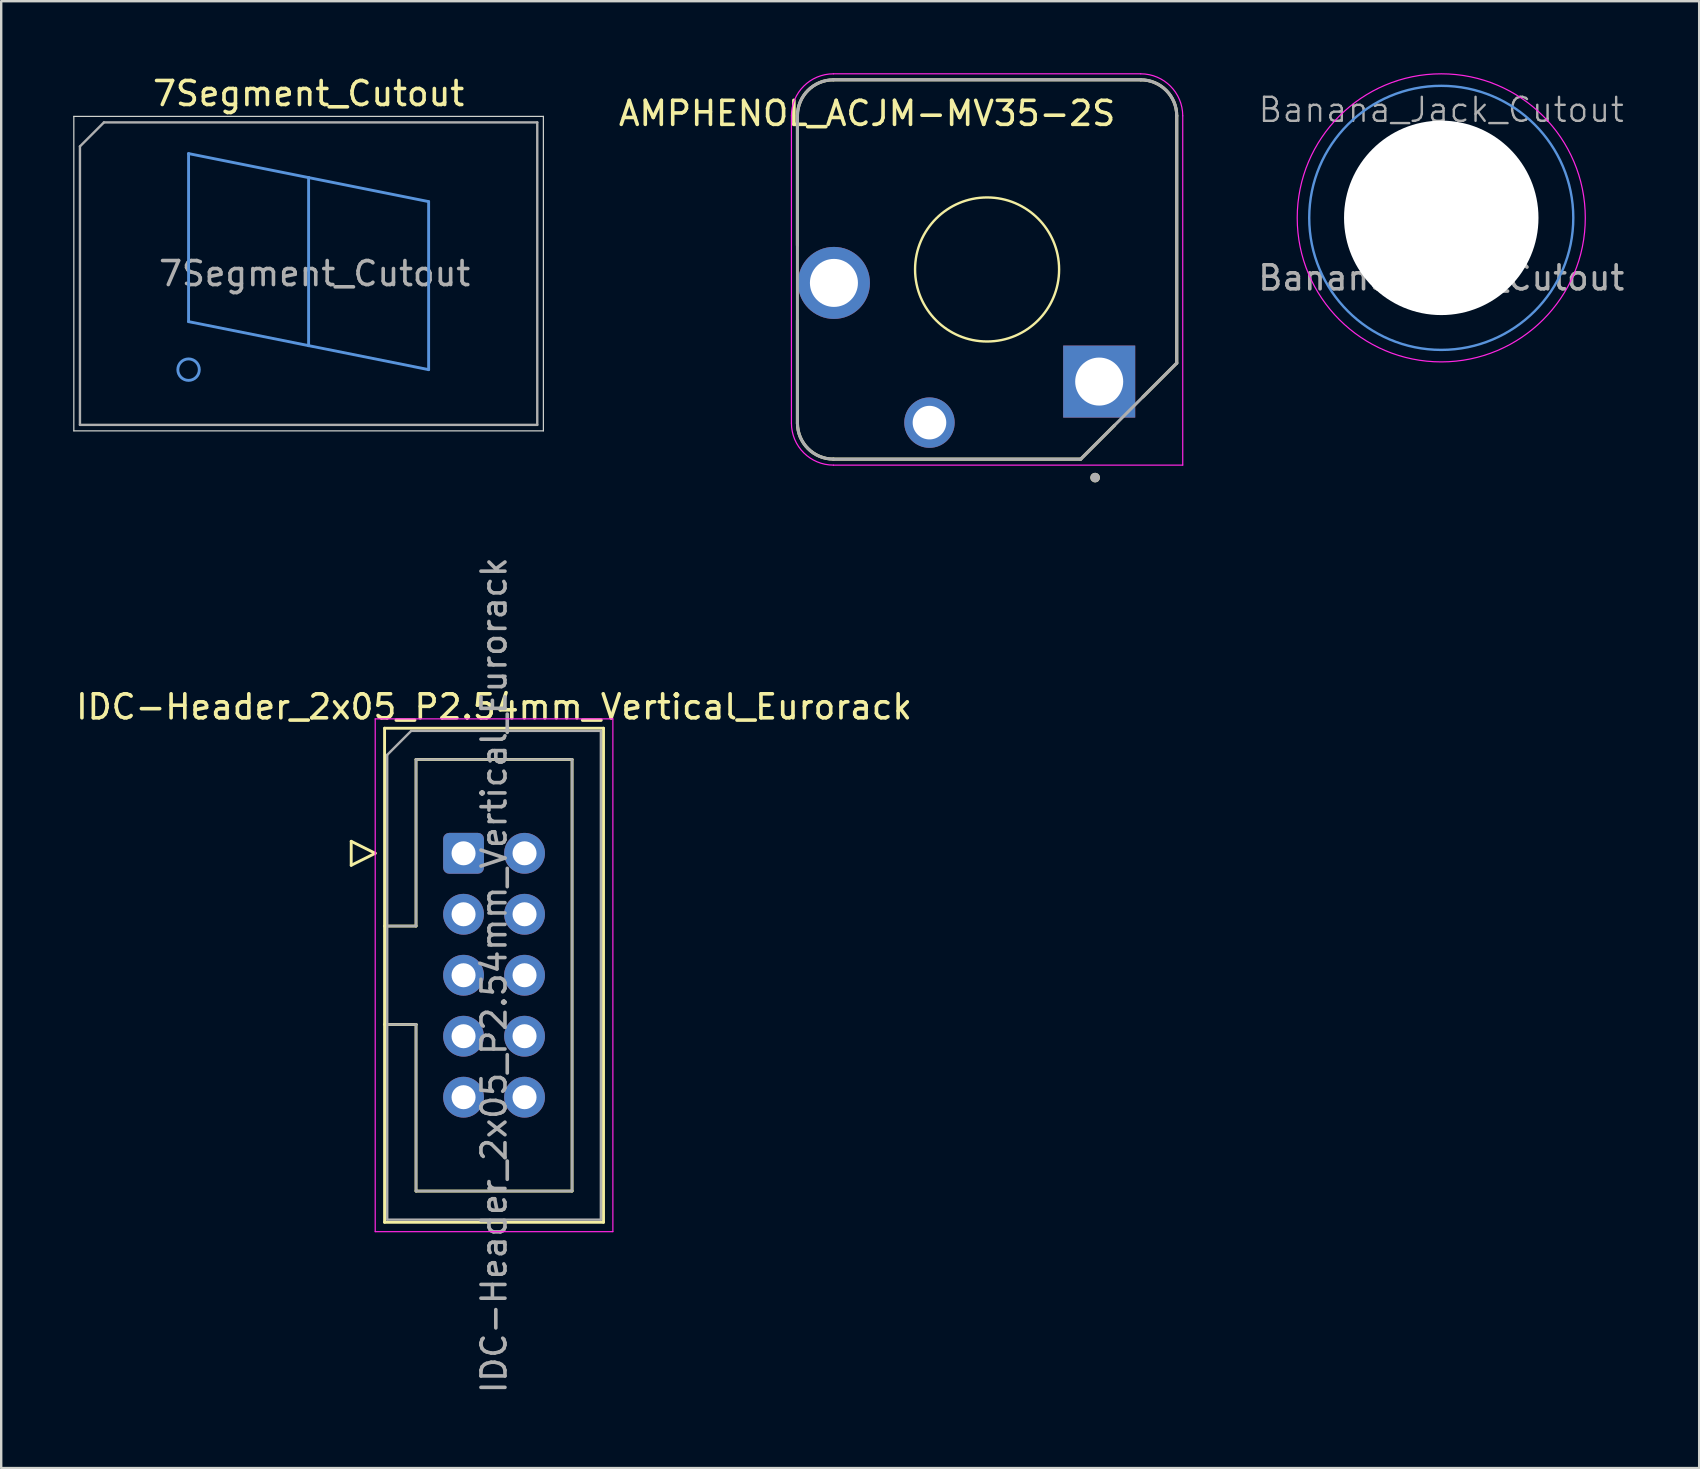
<source format=kicad_pcb>
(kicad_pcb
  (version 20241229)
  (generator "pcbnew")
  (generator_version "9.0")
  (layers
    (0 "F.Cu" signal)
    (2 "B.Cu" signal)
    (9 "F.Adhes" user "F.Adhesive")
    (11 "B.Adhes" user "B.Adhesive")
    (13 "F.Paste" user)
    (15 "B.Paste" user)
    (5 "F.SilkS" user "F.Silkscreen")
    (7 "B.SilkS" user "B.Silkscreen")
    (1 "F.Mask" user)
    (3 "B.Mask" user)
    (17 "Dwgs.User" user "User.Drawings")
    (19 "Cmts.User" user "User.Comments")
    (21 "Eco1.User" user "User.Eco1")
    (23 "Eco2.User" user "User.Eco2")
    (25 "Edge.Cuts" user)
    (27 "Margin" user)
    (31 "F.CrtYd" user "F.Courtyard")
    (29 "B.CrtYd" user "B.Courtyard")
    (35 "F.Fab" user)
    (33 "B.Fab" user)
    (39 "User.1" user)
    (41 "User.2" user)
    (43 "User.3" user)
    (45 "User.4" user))
  (footprint "IDC-Header_2x05_P2.54mm_Vertical_Eurorack"
    (layer "F.Cu")
    (at 16.26 32.495)
    (property "Reference" "IDC-Header_2x05_P2.54mm_Vertical_Eurorack" (at 1.27 -6.1 0) (layer "F.SilkS") (effects (font (size 1 1) (thickness 0.15))))
    (attr through_hole)
    (fp_line (start -4.68 -0.5) (end -4.68 0.5) (stroke (width 0.12) (type solid)) (layer "F.SilkS"))
    (fp_line (start -4.68 0.5) (end -3.68 0) (stroke (width 0.12) (type solid)) (layer "F.SilkS"))
    (fp_line (start -3.68 0) (end -4.68 -0.5) (stroke (width 0.12) (type solid)) (layer "F.SilkS"))
    (fp_line (start -3.29 -5.21) (end 5.83 -5.21) (stroke (width 0.12) (type solid)) (layer "F.SilkS"))
    (fp_line (start -3.29 3.03) (end -1.98 3.03) (stroke (width 0.12) (type solid)) (layer "F.SilkS"))
    (fp_line (start -3.29 15.37) (end -3.29 -5.21) (stroke (width 0.12) (type solid)) (layer "F.SilkS"))
    (fp_line (start -1.98 -3.91) (end 4.52 -3.91) (stroke (width 0.12) (type solid)) (layer "F.SilkS"))
    (fp_line (start -1.98 3.03) (end -1.98 -3.91) (stroke (width 0.12) (type solid)) (layer "F.SilkS"))
    (fp_line (start -1.98 7.13) (end -3.29 7.13) (stroke (width 0.12) (type solid)) (layer "F.SilkS"))
    (fp_line (start -1.98 7.13) (end -1.98 7.13) (stroke (width 0.12) (type solid)) (layer "F.SilkS"))
    (fp_line (start -1.98 14.07) (end -1.98 7.13) (stroke (width 0.12) (type solid)) (layer "F.SilkS"))
    (fp_line (start 4.52 -3.91) (end 4.52 14.07) (stroke (width 0.12) (type solid)) (layer "F.SilkS"))
    (fp_line (start 4.52 14.07) (end -1.98 14.07) (stroke (width 0.12) (type solid)) (layer "F.SilkS"))
    (fp_line (start 5.83 -5.21) (end 5.83 15.37) (stroke (width 0.12) (type solid)) (layer "F.SilkS"))
    (fp_line (start 5.83 15.37) (end -3.29 15.37) (stroke (width 0.12) (type solid)) (layer "F.SilkS"))
    (fp_line (start -3.68 -5.6) (end -3.68 15.76) (stroke (width 0.05) (type solid)) (layer "F.CrtYd"))
    (fp_line (start -3.68 15.76) (end 6.22 15.76) (stroke (width 0.05) (type solid)) (layer "F.CrtYd"))
    (fp_line (start 6.22 -5.6) (end -3.68 -5.6) (stroke (width 0.05) (type solid)) (layer "F.CrtYd"))
    (fp_line (start 6.22 15.76) (end 6.22 -5.6) (stroke (width 0.05) (type solid)) (layer "F.CrtYd"))
    (fp_line (start -3.18 -4.1) (end -2.18 -5.1) (stroke (width 0.1) (type solid)) (layer "F.Fab"))
    (fp_line (start -3.18 3.03) (end -1.98 3.03) (stroke (width 0.1) (type solid)) (layer "F.Fab"))
    (fp_line (start -3.18 15.26) (end -3.18 -4.1) (stroke (width 0.1) (type solid)) (layer "F.Fab"))
    (fp_line (start -2.18 -5.1) (end 5.72 -5.1) (stroke (width 0.1) (type solid)) (layer "F.Fab"))
    (fp_line (start -1.98 -3.91) (end 4.52 -3.91) (stroke (width 0.1) (type solid)) (layer "F.Fab"))
    (fp_line (start -1.98 3.03) (end -1.98 -3.91) (stroke (width 0.1) (type solid)) (layer "F.Fab"))
    (fp_line (start -1.98 7.13) (end -3.18 7.13) (stroke (width 0.1) (type solid)) (layer "F.Fab"))
    (fp_line (start -1.98 7.13) (end -1.98 7.13) (stroke (width 0.1) (type solid)) (layer "F.Fab"))
    (fp_line (start -1.98 14.07) (end -1.98 7.13) (stroke (width 0.1) (type solid)) (layer "F.Fab"))
    (fp_line (start 4.52 -3.91) (end 4.52 14.07) (stroke (width 0.1) (type solid)) (layer "F.Fab"))
    (fp_line (start 4.52 14.07) (end -1.98 14.07) (stroke (width 0.1) (type solid)) (layer "F.Fab"))
    (fp_line (start 5.72 -5.1) (end 5.72 15.26) (stroke (width 0.1) (type solid)) (layer "F.Fab"))
    (fp_line (start 5.72 15.26) (end -3.18 15.26) (stroke (width 0.1) (type solid)) (layer "F.Fab"))
    (fp_text user "${REFERENCE}" (at 1.27 5.08 90) (layer "F.Fab") (effects (font (size 1 1) (thickness 0.15))))
    (pad "1a" thru_hole roundrect (at 0 0) (size 1.7 1.7) (drill 1) (layers "*.Cu" "*.Mask") (roundrect_rratio 0.147))
    (pad "1b" thru_hole circle (at 2.54 0) (size 1.7 1.7) (drill 1) (layers "*.Cu" "*.Mask"))
    (pad "2a" thru_hole circle (at 0 2.54) (size 1.7 1.7) (drill 1) (layers "*.Cu" "*.Mask"))
    (pad "2b" thru_hole circle (at 2.54 2.54) (size 1.7 1.7) (drill 1) (layers "*.Cu" "*.Mask"))
    (pad "3a" thru_hole circle (at 0 5.08) (size 1.7 1.7) (drill 1) (layers "*.Cu" "*.Mask"))
    (pad "3b" thru_hole circle (at 2.54 5.08) (size 1.7 1.7) (drill 1) (layers "*.Cu" "*.Mask"))
    (pad "4a" thru_hole circle (at 0 7.62) (size 1.7 1.7) (drill 1) (layers "*.Cu" "*.Mask"))
    (pad "4b" thru_hole circle (at 2.54 7.62) (size 1.7 1.7) (drill 1) (layers "*.Cu" "*.Mask"))
    (pad "5a" thru_hole circle (at 0 10.16) (size 1.7 1.7) (drill 1) (layers "*.Cu" "*.Mask"))
    (pad "5b" thru_hole circle (at 2.54 10.16) (size 1.7 1.7) (drill 1) (layers "*.Cu" "*.Mask")))
  (footprint "7Segment_Cutout"
    (layer "F.Cu")
    (at 2.185 3.268)
    (property "Reference" "7Segment_Cutout" (at 7.62 -2.42 0) (layer "F.SilkS") (effects (font (size 1 1) (thickness 0.15))))
    (attr through_hole)
    (fp_line (start 2.62 0.08) (end 2.62 7.08) (stroke (width 0.12) (type solid)) (layer "Cmts.User"))
    (fp_line (start 2.62 7.08) (end 7.62 8.08) (stroke (width 0.12) (type solid)) (layer "Cmts.User"))
    (fp_line (start 7.62 1.08) (end 2.62 0.08) (stroke (width 0.12) (type solid)) (layer "Cmts.User"))
    (fp_line (start 7.62 8.08) (end 7.62 1.08) (stroke (width 0.12) (type solid)) (layer "Cmts.User"))
    (fp_line (start 12.62 2.08) (end 7.62 1.08) (stroke (width 0.12) (type solid)) (layer "Cmts.User"))
    (fp_line (start 12.62 2.08) (end 12.62 9.08) (stroke (width 0.12) (type solid)) (layer "Cmts.User"))
    (fp_line (start 12.62 9.08) (end 7.62 8.08) (stroke (width 0.12) (type solid)) (layer "Cmts.User"))
    (fp_circle (center 2.62 9.08) (end 3.067 9.08) (stroke (width 0.12) (type solid)) (fill no) (layer "Cmts.User"))
    (fp_line (start -2.16 -1.47) (end -2.16 11.63) (stroke (width 0.05) (type solid)) (layer "Edge.Cuts"))
    (fp_line (start -2.16 -1.47) (end 17.4 -1.47) (stroke (width 0.05) (type solid)) (layer "Edge.Cuts"))
    (fp_line (start -2.16 11.63) (end 17.4 11.63) (stroke (width 0.05) (type solid)) (layer "Edge.Cuts"))
    (fp_line (start 17.4 -1.47) (end 17.4 11.63) (stroke (width 0.05) (type solid)) (layer "Edge.Cuts"))
    (fp_line (start -1.905 -0.22) (end -1.905 11.38) (stroke (width 0.1) (type solid)) (layer "F.Fab"))
    (fp_line (start -1.905 11.38) (end 17.145 11.38) (stroke (width 0.1) (type solid)) (layer "F.Fab"))
    (fp_line (start -0.905 -1.22) (end -1.905 -0.22) (stroke (width 0.1) (type solid)) (layer "F.Fab"))
    (fp_line (start -0.905 -1.22) (end 17.145 -1.22) (stroke (width 0.1) (type solid)) (layer "F.Fab"))
    (fp_line (start 17.145 11.38) (end 17.145 -1.22) (stroke (width 0.1) (type solid)) (layer "F.Fab"))
    (fp_text user "${REFERENCE}" (at 7.87 5.08 0) (layer "F.Fab") (effects (font (size 1 1) (thickness 0.15)))))
  (footprint "AMPHENOL_ACJM-MV35-2S"
    (layer "F.Cu")
    (at 38.068 8.175)
    (property "Reference" "AMPHENOL_ACJM-MV35-2S" (at -5 -6.5 0) (layer "F.SilkS") (effects (font (size 1 1) (thickness 0.15))))
    (attr through_hole)
    (fp_line (start -7.9 -1) (end -7.9 -6.4) (stroke (width 0.127) (type solid)) (layer "F.SilkS"))
    (fp_line (start -7.9 6.4) (end -7.9 2.12) (stroke (width 0.127) (type solid)) (layer "F.SilkS"))
    (fp_line (start -6.4 -7.9) (end 6.4 -7.9) (stroke (width 0.127) (type solid)) (layer "F.SilkS"))
    (fp_line (start 3.9 7.9) (end -6.4 7.9) (stroke (width 0.127) (type solid)) (layer "F.SilkS"))
    (fp_line (start 5.31 6.49) (end 3.9 7.9) (stroke (width 0.127) (type solid)) (layer "F.SilkS"))
    (fp_line (start 7.9 -6.4) (end 7.9 3.9) (stroke (width 0.127) (type solid)) (layer "F.SilkS"))
    (fp_line (start 7.9 3.9) (end 6.49 5.31) (stroke (width 0.127) (type solid)) (layer "F.SilkS"))
    (fp_arc (start -7.9 -6.4) (mid -7.46066 -7.46066) (end -6.4 -7.9) (stroke (width 0.127) (type solid)) (layer "F.SilkS"))
    (fp_arc (start -6.4 7.9) (mid -7.46066 7.46066) (end -7.9 6.4) (stroke (width 0.127) (type solid)) (layer "F.SilkS"))
    (fp_arc (start 6.4 -7.9) (mid 7.46066 -7.46066) (end 7.9 -6.4) (stroke (width 0.127) (type solid)) (layer "F.SilkS"))
    (fp_circle (center 0 0) (end 3 0) (stroke (width 0.1) (type default)) (fill no) (layer "F.SilkS"))
    (fp_circle (center 4.5 8.67) (end 4.6 8.67) (stroke (width 0.2) (type solid)) (fill no) (layer "F.SilkS"))
    (fp_line (start -8.15 6.4) (end -8.15 -6.4) (stroke (width 0.05) (type solid)) (layer "F.CrtYd"))
    (fp_line (start -6.4 -8.15) (end 6.4 -8.15) (stroke (width 0.05) (type solid)) (layer "F.CrtYd"))
    (fp_line (start 8.15 -6.4) (end 8.15 8.15) (stroke (width 0.05) (type solid)) (layer "F.CrtYd"))
    (fp_line (start 8.15 8.15) (end -6.4 8.15) (stroke (width 0.05) (type solid)) (layer "F.CrtYd"))
    (fp_arc (start -8.15 -6.4) (mid -7.637437 -7.637437) (end -6.4 -8.15) (stroke (width 0.05) (type solid)) (layer "F.CrtYd"))
    (fp_arc (start -6.4 8.15) (mid -7.637437 7.637437) (end -8.15 6.4) (stroke (width 0.05) (type solid)) (layer "F.CrtYd"))
    (fp_arc (start 6.4 -8.15) (mid 7.637437 -7.637437) (end 8.15 -6.4) (stroke (width 0.05) (type solid)) (layer "F.CrtYd"))
    (fp_line (start -7.9 6.4) (end -7.9 -6.4) (stroke (width 0.127) (type solid)) (layer "F.Fab"))
    (fp_line (start -6.4 -7.9) (end 6.4 -7.9) (stroke (width 0.127) (type solid)) (layer "F.Fab"))
    (fp_line (start 3.9 7.9) (end -6.4 7.9) (stroke (width 0.127) (type solid)) (layer "F.Fab"))
    (fp_line (start 7.9 -6.4) (end 7.9 3.9) (stroke (width 0.127) (type solid)) (layer "F.Fab"))
    (fp_line (start 7.9 3.9) (end 3.9 7.9) (stroke (width 0.127) (type solid)) (layer "F.Fab"))
    (fp_arc (start -7.9 -6.4) (mid -7.46066 -7.46066) (end -6.4 -7.9) (stroke (width 0.127) (type solid)) (layer "F.Fab"))
    (fp_arc (start -6.4 7.9) (mid -7.46066 7.46066) (end -7.9 6.4) (stroke (width 0.127) (type solid)) (layer "F.Fab"))
    (fp_arc (start 6.4 -7.9) (mid 7.46066 -7.46066) (end 7.9 -6.4) (stroke (width 0.127) (type solid)) (layer "F.Fab"))
    (fp_circle (center 4.5 8.67) (end 4.6 8.67) (stroke (width 0.2) (type solid)) (fill no) (layer "F.Fab"))
    (pad "S" thru_hole rect (at 4.67 4.67) (size 3 3) (drill 2) (layers "*.Cu" "*.Mask"))
    (pad "T" thru_hole circle (at -6.38 0.56) (size 3 3) (drill 2) (layers "*.Cu" "*.Mask"))
    (pad "TN" thru_hole circle (at -2.4 6.38) (size 2.1 2.1) (drill 1.4) (layers "*.Cu" "*.Mask")))
  (footprint "Banana_Jack_Cutout"
    (layer "F.Cu")
    (at 56.987 6.025)
    (property "Reference" "Banana_Jack_Cutout" (at 0 -4.5 0) (unlocked yes) (layer "F.Fab") (effects (font (size 1 1) (thickness 0.1))))
    (attr through_hole exclude_from_bom)
    (fp_circle (center 0 0) (end 0 5.5) (stroke (width 0.1) (type default)) (fill no) (layer "Cmts.User"))
    (fp_circle (center 0 0) (end 0 6) (stroke (width 0.05) (type default)) (fill no) (layer "F.CrtYd"))
    (fp_text user "${REFERENCE}" (at 0 2.5 0) (unlocked yes) (layer "F.Fab") (effects (font (size 1 1) (thickness 0.15))))
    (pad "" np_thru_hole circle (at 0 0) (size 8.1 8.1) (drill 8.1) (layers "*.Cu" "*.Mask")))
  (gr_rect
    (start -3 -3)
    (end 67.731 58.105)
    (stroke (width 0.1) (type default))
    (fill no)
    (layer "Edge.Cuts")))
</source>
